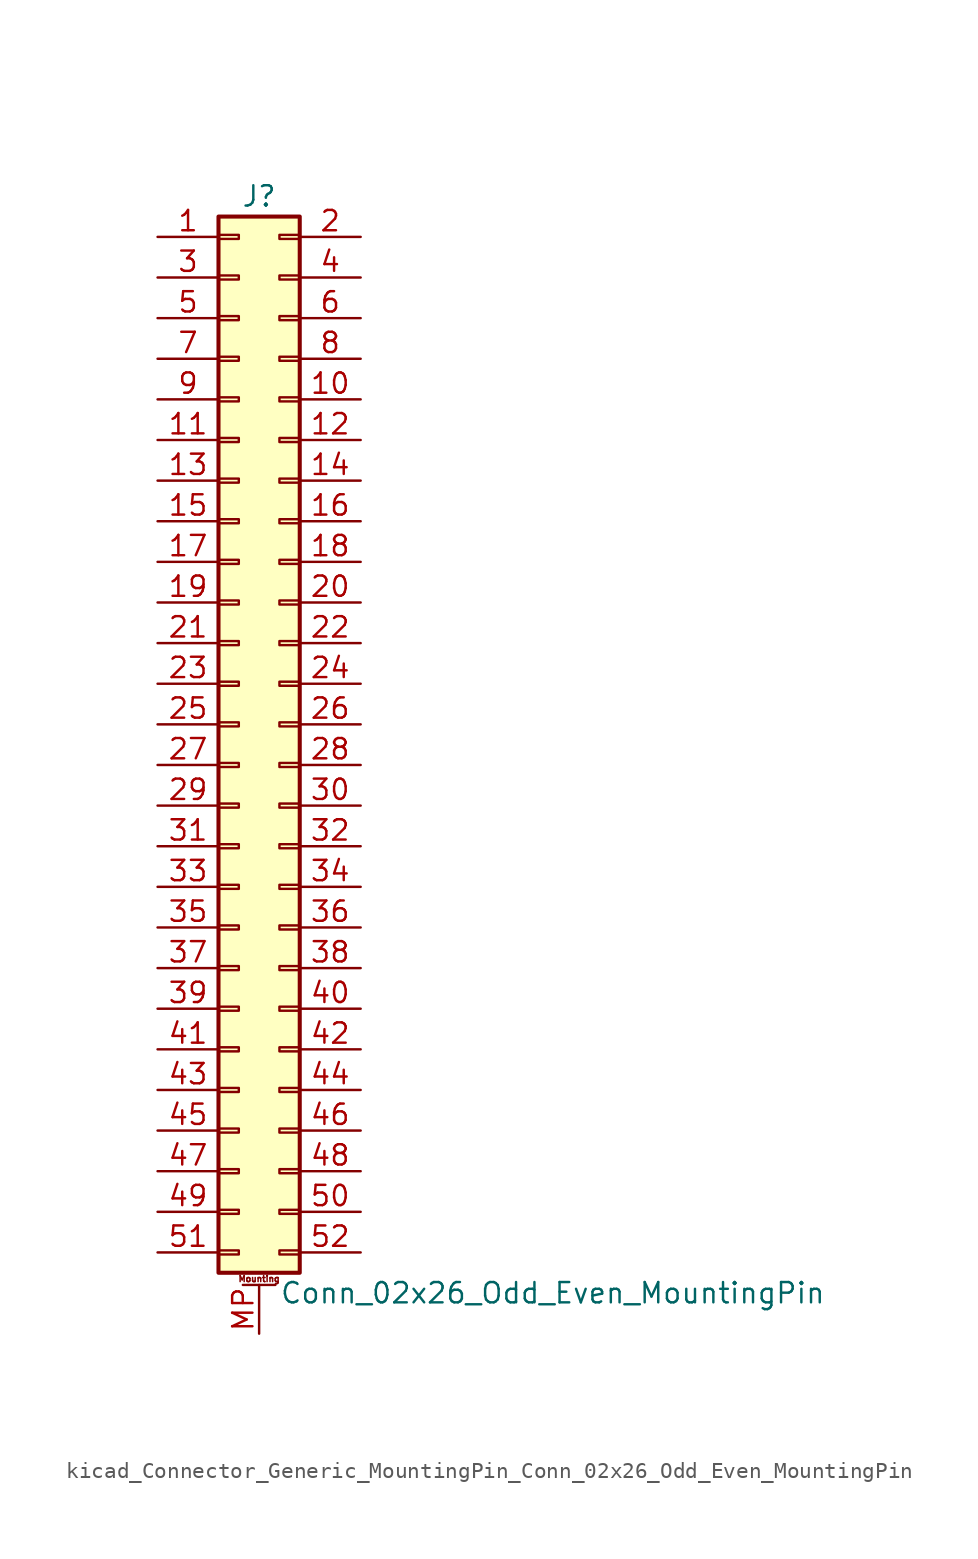
<source format=kicad_sym>
(kicad_symbol_lib
  (version 20220914)
  (generator kicad_symbol_editor)
  (symbol "kicad_Connector_Generic_MountingPin_Conn_02x26_Odd_Even_MountingPin"
    (pin_names
      (offset 1.016) hide)
    (property "Reference" "J"
      (at 1.27 33.02 0)
      (effects (font (size 1.27 1.27))))
    (property "Value" "Conn_02x26_Odd_Even_MountingPin"
      (at 2.54 -35.56 0)
      (effects (font (size 1.27 1.27)) (justify left)))
    (symbol "kicad_Connector_Generic_MountingPin_Conn_02x26_Odd_Even_MountingPin_1_1"
      (rectangle (start -1.27 -32.893) (end 0 -33.147) (stroke (width 0.152) (type default)) (fill (type none)))
      (rectangle (start -1.27 -30.353) (end 0 -30.607) (stroke (width 0.152) (type default)) (fill (type none)))
      (rectangle (start -1.27 -27.813) (end 0 -28.067) (stroke (width 0.152) (type default)) (fill (type none)))
      (rectangle (start -1.27 -25.273) (end 0 -25.527) (stroke (width 0.152) (type default)) (fill (type none)))
      (rectangle (start -1.27 -22.733) (end 0 -22.987) (stroke (width 0.152) (type default)) (fill (type none)))
      (rectangle (start -1.27 -20.193) (end 0 -20.447) (stroke (width 0.152) (type default)) (fill (type none)))
      (rectangle (start -1.27 -17.653) (end 0 -17.907) (stroke (width 0.152) (type default)) (fill (type none)))
      (rectangle (start -1.27 -15.113) (end 0 -15.367) (stroke (width 0.152) (type default)) (fill (type none)))
      (rectangle (start -1.27 -12.573) (end 0 -12.827) (stroke (width 0.152) (type default)) (fill (type none)))
      (rectangle (start -1.27 -10.033) (end 0 -10.287) (stroke (width 0.152) (type default)) (fill (type none)))
      (rectangle (start -1.27 -7.493) (end 0 -7.747) (stroke (width 0.152) (type default)) (fill (type none)))
      (rectangle (start -1.27 -4.953) (end 0 -5.207) (stroke (width 0.152) (type default)) (fill (type none)))
      (rectangle (start -1.27 -2.413) (end 0 -2.667) (stroke (width 0.152) (type default)) (fill (type none)))
      (rectangle (start -1.27 0.127) (end 0 -0.127) (stroke (width 0.152) (type default)) (fill (type none)))
      (rectangle (start -1.27 2.667) (end 0 2.413) (stroke (width 0.152) (type default)) (fill (type none)))
      (rectangle (start -1.27 5.207) (end 0 4.953) (stroke (width 0.152) (type default)) (fill (type none)))
      (rectangle (start -1.27 7.747) (end 0 7.493) (stroke (width 0.152) (type default)) (fill (type none)))
      (rectangle (start -1.27 10.287) (end 0 10.033) (stroke (width 0.152) (type default)) (fill (type none)))
      (rectangle (start -1.27 12.827) (end 0 12.573) (stroke (width 0.152) (type default)) (fill (type none)))
      (rectangle (start -1.27 15.367) (end 0 15.113) (stroke (width 0.152) (type default)) (fill (type none)))
      (rectangle (start -1.27 17.907) (end 0 17.653) (stroke (width 0.152) (type default)) (fill (type none)))
      (rectangle (start -1.27 20.447) (end 0 20.193) (stroke (width 0.152) (type default)) (fill (type none)))
      (rectangle (start -1.27 22.987) (end 0 22.733) (stroke (width 0.152) (type default)) (fill (type none)))
      (rectangle (start -1.27 25.527) (end 0 25.273) (stroke (width 0.152) (type default)) (fill (type none)))
      (rectangle (start -1.27 28.067) (end 0 27.813) (stroke (width 0.152) (type default)) (fill (type none)))
      (rectangle (start -1.27 30.607) (end 0 30.353) (stroke (width 0.152) (type default)) (fill (type none)))
      (rectangle (start -1.27 31.75) (end 3.81 -34.29) (stroke (width 0.254) (type default)) (fill (type background)))
      (polyline (pts (xy 0.254 -35.052) (xy 2.286 -35.052)) (stroke (width 0.152) (type default)) (fill (type none)))
      (rectangle (start 3.81 -32.893) (end 2.54 -33.147) (stroke (width 0.152) (type default)) (fill (type none)))
      (rectangle (start 3.81 -30.353) (end 2.54 -30.607) (stroke (width 0.152) (type default)) (fill (type none)))
      (rectangle (start 3.81 -27.813) (end 2.54 -28.067) (stroke (width 0.152) (type default)) (fill (type none)))
      (rectangle (start 3.81 -25.273) (end 2.54 -25.527) (stroke (width 0.152) (type default)) (fill (type none)))
      (rectangle (start 3.81 -22.733) (end 2.54 -22.987) (stroke (width 0.152) (type default)) (fill (type none)))
      (rectangle (start 3.81 -20.193) (end 2.54 -20.447) (stroke (width 0.152) (type default)) (fill (type none)))
      (rectangle (start 3.81 -17.653) (end 2.54 -17.907) (stroke (width 0.152) (type default)) (fill (type none)))
      (rectangle (start 3.81 -15.113) (end 2.54 -15.367) (stroke (width 0.152) (type default)) (fill (type none)))
      (rectangle (start 3.81 -12.573) (end 2.54 -12.827) (stroke (width 0.152) (type default)) (fill (type none)))
      (rectangle (start 3.81 -10.033) (end 2.54 -10.287) (stroke (width 0.152) (type default)) (fill (type none)))
      (rectangle (start 3.81 -7.493) (end 2.54 -7.747) (stroke (width 0.152) (type default)) (fill (type none)))
      (rectangle (start 3.81 -4.953) (end 2.54 -5.207) (stroke (width 0.152) (type default)) (fill (type none)))
      (rectangle (start 3.81 -2.413) (end 2.54 -2.667) (stroke (width 0.152) (type default)) (fill (type none)))
      (rectangle (start 3.81 0.127) (end 2.54 -0.127) (stroke (width 0.152) (type default)) (fill (type none)))
      (rectangle (start 3.81 2.667) (end 2.54 2.413) (stroke (width 0.152) (type default)) (fill (type none)))
      (rectangle (start 3.81 5.207) (end 2.54 4.953) (stroke (width 0.152) (type default)) (fill (type none)))
      (rectangle (start 3.81 7.747) (end 2.54 7.493) (stroke (width 0.152) (type default)) (fill (type none)))
      (rectangle (start 3.81 10.287) (end 2.54 10.033) (stroke (width 0.152) (type default)) (fill (type none)))
      (rectangle (start 3.81 12.827) (end 2.54 12.573) (stroke (width 0.152) (type default)) (fill (type none)))
      (rectangle (start 3.81 15.367) (end 2.54 15.113) (stroke (width 0.152) (type default)) (fill (type none)))
      (rectangle (start 3.81 17.907) (end 2.54 17.653) (stroke (width 0.152) (type default)) (fill (type none)))
      (rectangle (start 3.81 20.447) (end 2.54 20.193) (stroke (width 0.152) (type default)) (fill (type none)))
      (rectangle (start 3.81 22.987) (end 2.54 22.733) (stroke (width 0.152) (type default)) (fill (type none)))
      (rectangle (start 3.81 25.527) (end 2.54 25.273) (stroke (width 0.152) (type default)) (fill (type none)))
      (rectangle (start 3.81 28.067) (end 2.54 27.813) (stroke (width 0.152) (type default)) (fill (type none)))
      (rectangle (start 3.81 30.607) (end 2.54 30.353) (stroke (width 0.152) (type default)) (fill (type none)))
      (text "Mounting" (at 1.27 -34.671 0) (effects (font (size 0.381 0.381))))
      (pin passive line (at -5.08 30.48 0) (length 3.81) (name "Pin_1" (effects (font (size 1.27 1.27)))) (number "1" (effects (font (size 1.27 1.27)))))
      (pin passive line (at 7.62 20.32 180) (length 3.81) (name "Pin_10" (effects (font (size 1.27 1.27)))) (number "10" (effects (font (size 1.27 1.27)))))
      (pin passive line (at -5.08 17.78 0) (length 3.81) (name "Pin_11" (effects (font (size 1.27 1.27)))) (number "11" (effects (font (size 1.27 1.27)))))
      (pin passive line (at 7.62 17.78 180) (length 3.81) (name "Pin_12" (effects (font (size 1.27 1.27)))) (number "12" (effects (font (size 1.27 1.27)))))
      (pin passive line (at -5.08 15.24 0) (length 3.81) (name "Pin_13" (effects (font (size 1.27 1.27)))) (number "13" (effects (font (size 1.27 1.27)))))
      (pin passive line (at 7.62 15.24 180) (length 3.81) (name "Pin_14" (effects (font (size 1.27 1.27)))) (number "14" (effects (font (size 1.27 1.27)))))
      (pin passive line (at -5.08 12.7 0) (length 3.81) (name "Pin_15" (effects (font (size 1.27 1.27)))) (number "15" (effects (font (size 1.27 1.27)))))
      (pin passive line (at 7.62 12.7 180) (length 3.81) (name "Pin_16" (effects (font (size 1.27 1.27)))) (number "16" (effects (font (size 1.27 1.27)))))
      (pin passive line (at -5.08 10.16 0) (length 3.81) (name "Pin_17" (effects (font (size 1.27 1.27)))) (number "17" (effects (font (size 1.27 1.27)))))
      (pin passive line (at 7.62 10.16 180) (length 3.81) (name "Pin_18" (effects (font (size 1.27 1.27)))) (number "18" (effects (font (size 1.27 1.27)))))
      (pin passive line (at -5.08 7.62 0) (length 3.81) (name "Pin_19" (effects (font (size 1.27 1.27)))) (number "19" (effects (font (size 1.27 1.27)))))
      (pin passive line (at 7.62 30.48 180) (length 3.81) (name "Pin_2" (effects (font (size 1.27 1.27)))) (number "2" (effects (font (size 1.27 1.27)))))
      (pin passive line (at 7.62 7.62 180) (length 3.81) (name "Pin_20" (effects (font (size 1.27 1.27)))) (number "20" (effects (font (size 1.27 1.27)))))
      (pin passive line (at -5.08 5.08 0) (length 3.81) (name "Pin_21" (effects (font (size 1.27 1.27)))) (number "21" (effects (font (size 1.27 1.27)))))
      (pin passive line (at 7.62 5.08 180) (length 3.81) (name "Pin_22" (effects (font (size 1.27 1.27)))) (number "22" (effects (font (size 1.27 1.27)))))
      (pin passive line (at -5.08 2.54 0) (length 3.81) (name "Pin_23" (effects (font (size 1.27 1.27)))) (number "23" (effects (font (size 1.27 1.27)))))
      (pin passive line (at 7.62 2.54 180) (length 3.81) (name "Pin_24" (effects (font (size 1.27 1.27)))) (number "24" (effects (font (size 1.27 1.27)))))
      (pin passive line (at -5.08 0 0) (length 3.81) (name "Pin_25" (effects (font (size 1.27 1.27)))) (number "25" (effects (font (size 1.27 1.27)))))
      (pin passive line (at 7.62 0 180) (length 3.81) (name "Pin_26" (effects (font (size 1.27 1.27)))) (number "26" (effects (font (size 1.27 1.27)))))
      (pin passive line (at -5.08 -2.54 0) (length 3.81) (name "Pin_27" (effects (font (size 1.27 1.27)))) (number "27" (effects (font (size 1.27 1.27)))))
      (pin passive line (at 7.62 -2.54 180) (length 3.81) (name "Pin_28" (effects (font (size 1.27 1.27)))) (number "28" (effects (font (size 1.27 1.27)))))
      (pin passive line (at -5.08 -5.08 0) (length 3.81) (name "Pin_29" (effects (font (size 1.27 1.27)))) (number "29" (effects (font (size 1.27 1.27)))))
      (pin passive line (at -5.08 27.94 0) (length 3.81) (name "Pin_3" (effects (font (size 1.27 1.27)))) (number "3" (effects (font (size 1.27 1.27)))))
      (pin passive line (at 7.62 -5.08 180) (length 3.81) (name "Pin_30" (effects (font (size 1.27 1.27)))) (number "30" (effects (font (size 1.27 1.27)))))
      (pin passive line (at -5.08 -7.62 0) (length 3.81) (name "Pin_31" (effects (font (size 1.27 1.27)))) (number "31" (effects (font (size 1.27 1.27)))))
      (pin passive line (at 7.62 -7.62 180) (length 3.81) (name "Pin_32" (effects (font (size 1.27 1.27)))) (number "32" (effects (font (size 1.27 1.27)))))
      (pin passive line (at -5.08 -10.16 0) (length 3.81) (name "Pin_33" (effects (font (size 1.27 1.27)))) (number "33" (effects (font (size 1.27 1.27)))))
      (pin passive line (at 7.62 -10.16 180) (length 3.81) (name "Pin_34" (effects (font (size 1.27 1.27)))) (number "34" (effects (font (size 1.27 1.27)))))
      (pin passive line (at -5.08 -12.7 0) (length 3.81) (name "Pin_35" (effects (font (size 1.27 1.27)))) (number "35" (effects (font (size 1.27 1.27)))))
      (pin passive line (at 7.62 -12.7 180) (length 3.81) (name "Pin_36" (effects (font (size 1.27 1.27)))) (number "36" (effects (font (size 1.27 1.27)))))
      (pin passive line (at -5.08 -15.24 0) (length 3.81) (name "Pin_37" (effects (font (size 1.27 1.27)))) (number "37" (effects (font (size 1.27 1.27)))))
      (pin passive line (at 7.62 -15.24 180) (length 3.81) (name "Pin_38" (effects (font (size 1.27 1.27)))) (number "38" (effects (font (size 1.27 1.27)))))
      (pin passive line (at -5.08 -17.78 0) (length 3.81) (name "Pin_39" (effects (font (size 1.27 1.27)))) (number "39" (effects (font (size 1.27 1.27)))))
      (pin passive line (at 7.62 27.94 180) (length 3.81) (name "Pin_4" (effects (font (size 1.27 1.27)))) (number "4" (effects (font (size 1.27 1.27)))))
      (pin passive line (at 7.62 -17.78 180) (length 3.81) (name "Pin_40" (effects (font (size 1.27 1.27)))) (number "40" (effects (font (size 1.27 1.27)))))
      (pin passive line (at -5.08 -20.32 0) (length 3.81) (name "Pin_41" (effects (font (size 1.27 1.27)))) (number "41" (effects (font (size 1.27 1.27)))))
      (pin passive line (at 7.62 -20.32 180) (length 3.81) (name "Pin_42" (effects (font (size 1.27 1.27)))) (number "42" (effects (font (size 1.27 1.27)))))
      (pin passive line (at -5.08 -22.86 0) (length 3.81) (name "Pin_43" (effects (font (size 1.27 1.27)))) (number "43" (effects (font (size 1.27 1.27)))))
      (pin passive line (at 7.62 -22.86 180) (length 3.81) (name "Pin_44" (effects (font (size 1.27 1.27)))) (number "44" (effects (font (size 1.27 1.27)))))
      (pin passive line (at -5.08 -25.4 0) (length 3.81) (name "Pin_45" (effects (font (size 1.27 1.27)))) (number "45" (effects (font (size 1.27 1.27)))))
      (pin passive line (at 7.62 -25.4 180) (length 3.81) (name "Pin_46" (effects (font (size 1.27 1.27)))) (number "46" (effects (font (size 1.27 1.27)))))
      (pin passive line (at -5.08 -27.94 0) (length 3.81) (name "Pin_47" (effects (font (size 1.27 1.27)))) (number "47" (effects (font (size 1.27 1.27)))))
      (pin passive line (at 7.62 -27.94 180) (length 3.81) (name "Pin_48" (effects (font (size 1.27 1.27)))) (number "48" (effects (font (size 1.27 1.27)))))
      (pin passive line (at -5.08 -30.48 0) (length 3.81) (name "Pin_49" (effects (font (size 1.27 1.27)))) (number "49" (effects (font (size 1.27 1.27)))))
      (pin passive line (at -5.08 25.4 0) (length 3.81) (name "Pin_5" (effects (font (size 1.27 1.27)))) (number "5" (effects (font (size 1.27 1.27)))))
      (pin passive line (at 7.62 -30.48 180) (length 3.81) (name "Pin_50" (effects (font (size 1.27 1.27)))) (number "50" (effects (font (size 1.27 1.27)))))
      (pin passive line (at -5.08 -33.02 0) (length 3.81) (name "Pin_51" (effects (font (size 1.27 1.27)))) (number "51" (effects (font (size 1.27 1.27)))))
      (pin passive line (at 7.62 -33.02 180) (length 3.81) (name "Pin_52" (effects (font (size 1.27 1.27)))) (number "52" (effects (font (size 1.27 1.27)))))
      (pin passive line (at 7.62 25.4 180) (length 3.81) (name "Pin_6" (effects (font (size 1.27 1.27)))) (number "6" (effects (font (size 1.27 1.27)))))
      (pin passive line (at -5.08 22.86 0) (length 3.81) (name "Pin_7" (effects (font (size 1.27 1.27)))) (number "7" (effects (font (size 1.27 1.27)))))
      (pin passive line (at 7.62 22.86 180) (length 3.81) (name "Pin_8" (effects (font (size 1.27 1.27)))) (number "8" (effects (font (size 1.27 1.27)))))
      (pin passive line (at -5.08 20.32 0) (length 3.81) (name "Pin_9" (effects (font (size 1.27 1.27)))) (number "9" (effects (font (size 1.27 1.27)))))
      (pin passive line (at 1.27 -38.1 90) (length 3.048) (name "MountPin" (effects (font (size 1.27 1.27)))) (number "MP" (effects (font (size 1.27 1.27))))))))
</source>
